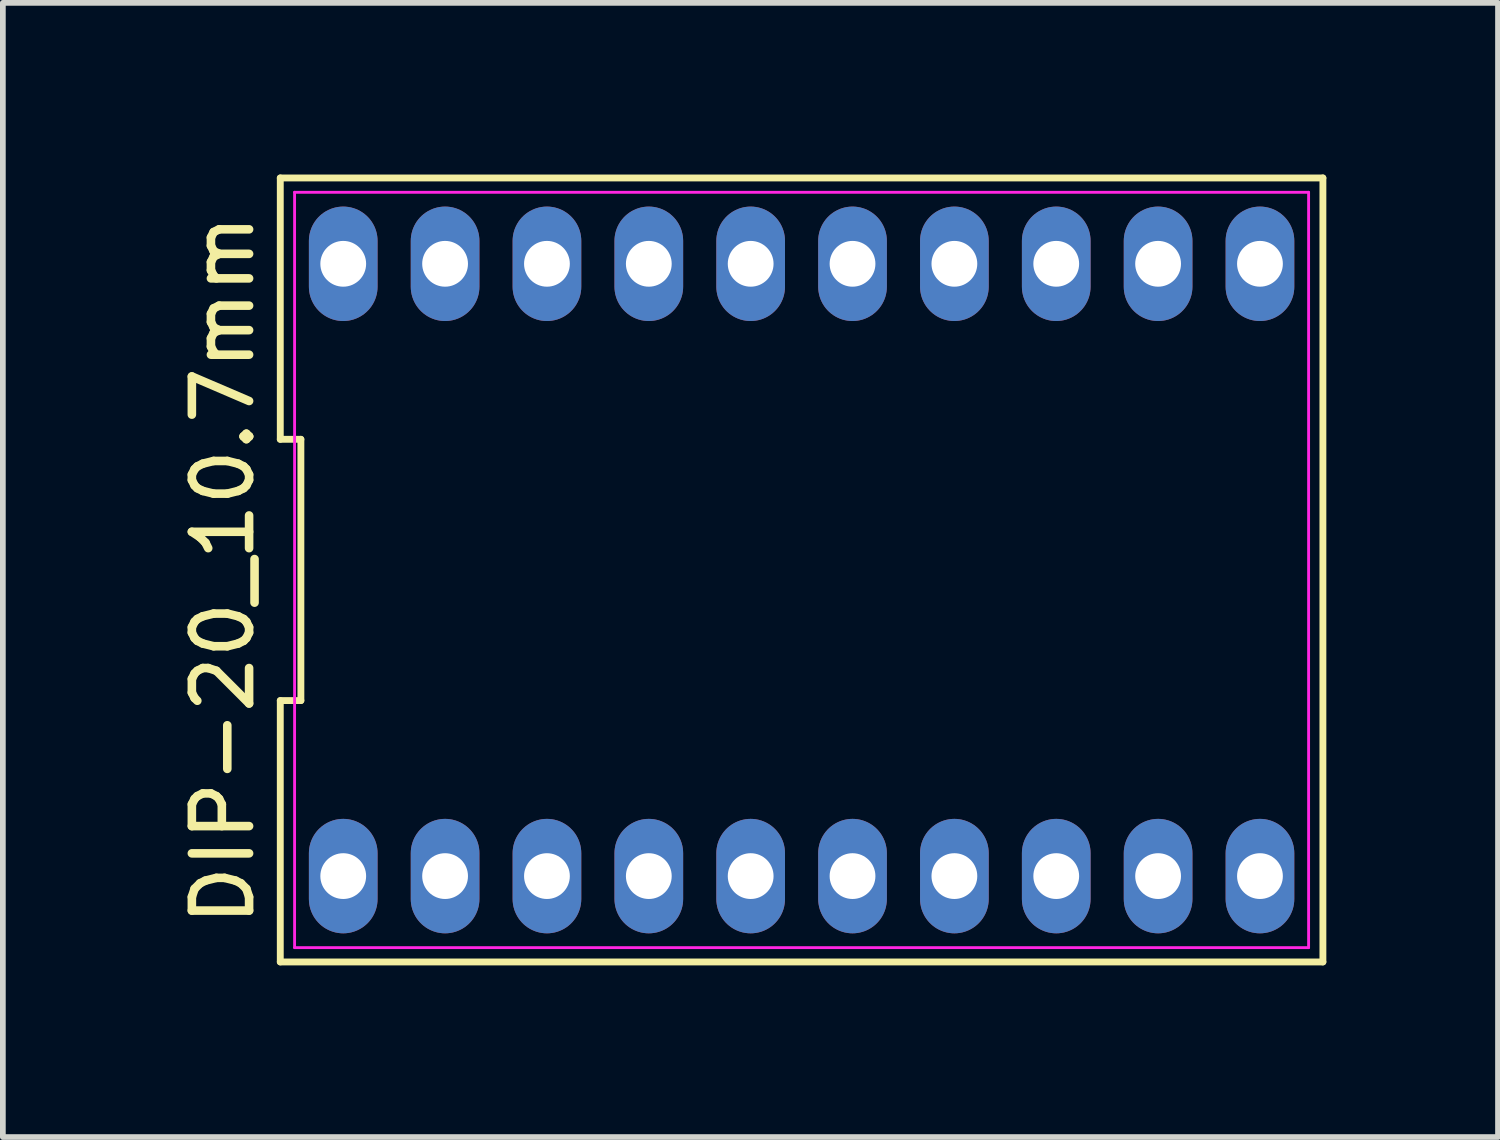
<source format=kicad_pcb>
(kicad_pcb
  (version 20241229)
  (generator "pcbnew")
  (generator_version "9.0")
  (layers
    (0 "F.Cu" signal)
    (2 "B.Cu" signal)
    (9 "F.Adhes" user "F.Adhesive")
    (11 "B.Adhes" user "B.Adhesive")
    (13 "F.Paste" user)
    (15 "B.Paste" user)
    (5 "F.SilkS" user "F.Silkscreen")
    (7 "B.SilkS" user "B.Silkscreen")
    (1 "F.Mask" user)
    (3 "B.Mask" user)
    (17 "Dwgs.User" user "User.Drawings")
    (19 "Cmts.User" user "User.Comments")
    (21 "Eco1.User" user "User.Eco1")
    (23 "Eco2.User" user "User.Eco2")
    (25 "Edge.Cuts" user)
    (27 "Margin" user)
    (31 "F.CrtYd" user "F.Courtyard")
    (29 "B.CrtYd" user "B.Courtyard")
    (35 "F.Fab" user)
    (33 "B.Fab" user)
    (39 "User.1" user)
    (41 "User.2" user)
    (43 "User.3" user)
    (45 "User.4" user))
  (footprint "DIP-20_10.7mm"
    (layer "F.Cu")
    (at 10.958 6.91)
    (property "Reference" "DIP-20_10.7mm" (at -10.11 0 90) (layer "F.SilkS") (effects (font (size 1 1) (thickness 0.15))))
    (attr through_hole)
    (fp_line (start -9.11 -6.85) (end -9.11 -2.283) (stroke (width 0.12) (type solid)) (layer "F.SilkS"))
    (fp_line (start -9.11 -2.283) (end -8.75 -2.283) (stroke (width 0.12) (type solid)) (layer "F.SilkS"))
    (fp_line (start -9.11 2.283) (end -9.11 6.85) (stroke (width 0.12) (type solid)) (layer "F.SilkS"))
    (fp_line (start -9.11 6.85) (end 9.11 6.85) (stroke (width 0.12) (type solid)) (layer "F.SilkS"))
    (fp_line (start -8.75 -2.283) (end -8.75 2.283) (stroke (width 0.12) (type solid)) (layer "F.SilkS"))
    (fp_line (start -8.75 2.283) (end -9.11 2.283) (stroke (width 0.12) (type solid)) (layer "F.SilkS"))
    (fp_line (start 9.11 -6.85) (end -9.11 -6.85) (stroke (width 0.12) (type solid)) (layer "F.SilkS"))
    (fp_line (start 9.11 6.85) (end 9.11 -6.85) (stroke (width 0.12) (type solid)) (layer "F.SilkS"))
    (fp_line (start -8.86 -6.6) (end 8.86 -6.6) (stroke (width 0.05) (type solid)) (layer "F.CrtYd"))
    (fp_line (start -8.86 6.6) (end -8.86 -6.6) (stroke (width 0.05) (type solid)) (layer "F.CrtYd"))
    (fp_line (start 8.86 -6.6) (end 8.86 6.6) (stroke (width 0.05) (type solid)) (layer "F.CrtYd"))
    (fp_line (start 8.86 6.6) (end -8.86 6.6) (stroke (width 0.05) (type solid)) (layer "F.CrtYd"))
    (pad "1" thru_hole oval (at -8.01 5.35) (size 1.2 2) (drill 0.8) (layers "*.Cu" "*.Mask"))
    (pad "2" thru_hole oval (at -6.23 5.35) (size 1.2 2) (drill 0.8) (layers "*.Cu" "*.Mask"))
    (pad "3" thru_hole oval (at -4.45 5.35) (size 1.2 2) (drill 0.8) (layers "*.Cu" "*.Mask"))
    (pad "4" thru_hole oval (at -2.67 5.35) (size 1.2 2) (drill 0.8) (layers "*.Cu" "*.Mask"))
    (pad "5" thru_hole oval (at -0.89 5.35) (size 1.2 2) (drill 0.8) (layers "*.Cu" "*.Mask"))
    (pad "6" thru_hole oval (at 0.89 5.35) (size 1.2 2) (drill 0.8) (layers "*.Cu" "*.Mask"))
    (pad "7" thru_hole oval (at 2.67 5.35) (size 1.2 2) (drill 0.8) (layers "*.Cu" "*.Mask"))
    (pad "8" thru_hole oval (at 4.45 5.35) (size 1.2 2) (drill 0.8) (layers "*.Cu" "*.Mask"))
    (pad "9" thru_hole oval (at 6.23 5.35) (size 1.2 2) (drill 0.8) (layers "*.Cu" "*.Mask"))
    (pad "10" thru_hole oval (at 8.01 5.35) (size 1.2 2) (drill 0.8) (layers "*.Cu" "*.Mask"))
    (pad "11" thru_hole oval (at 8.01 -5.35) (size 1.2 2) (drill 0.8) (layers "*.Cu" "*.Mask"))
    (pad "12" thru_hole oval (at 6.23 -5.35) (size 1.2 2) (drill 0.8) (layers "*.Cu" "*.Mask"))
    (pad "13" thru_hole oval (at 4.45 -5.35) (size 1.2 2) (drill 0.8) (layers "*.Cu" "*.Mask"))
    (pad "14" thru_hole oval (at 2.67 -5.35) (size 1.2 2) (drill 0.8) (layers "*.Cu" "*.Mask"))
    (pad "15" thru_hole oval (at 0.89 -5.35) (size 1.2 2) (drill 0.8) (layers "*.Cu" "*.Mask"))
    (pad "16" thru_hole oval (at -0.89 -5.35) (size 1.2 2) (drill 0.8) (layers "*.Cu" "*.Mask"))
    (pad "17" thru_hole oval (at -2.67 -5.35) (size 1.2 2) (drill 0.8) (layers "*.Cu" "*.Mask"))
    (pad "18" thru_hole oval (at -4.45 -5.35) (size 1.2 2) (drill 0.8) (layers "*.Cu" "*.Mask"))
    (pad "19" thru_hole oval (at -6.23 -5.35) (size 1.2 2) (drill 0.8) (layers "*.Cu" "*.Mask"))
    (pad "20" thru_hole oval (at -8.01 -5.35) (size 1.2 2) (drill 0.8) (layers "*.Cu" "*.Mask")))
  (gr_rect
    (start -3 -3)
    (end 23.128 16.82)
    (stroke (width 0.1) (type default))
    (fill no)
    (layer "Edge.Cuts")))
</source>
